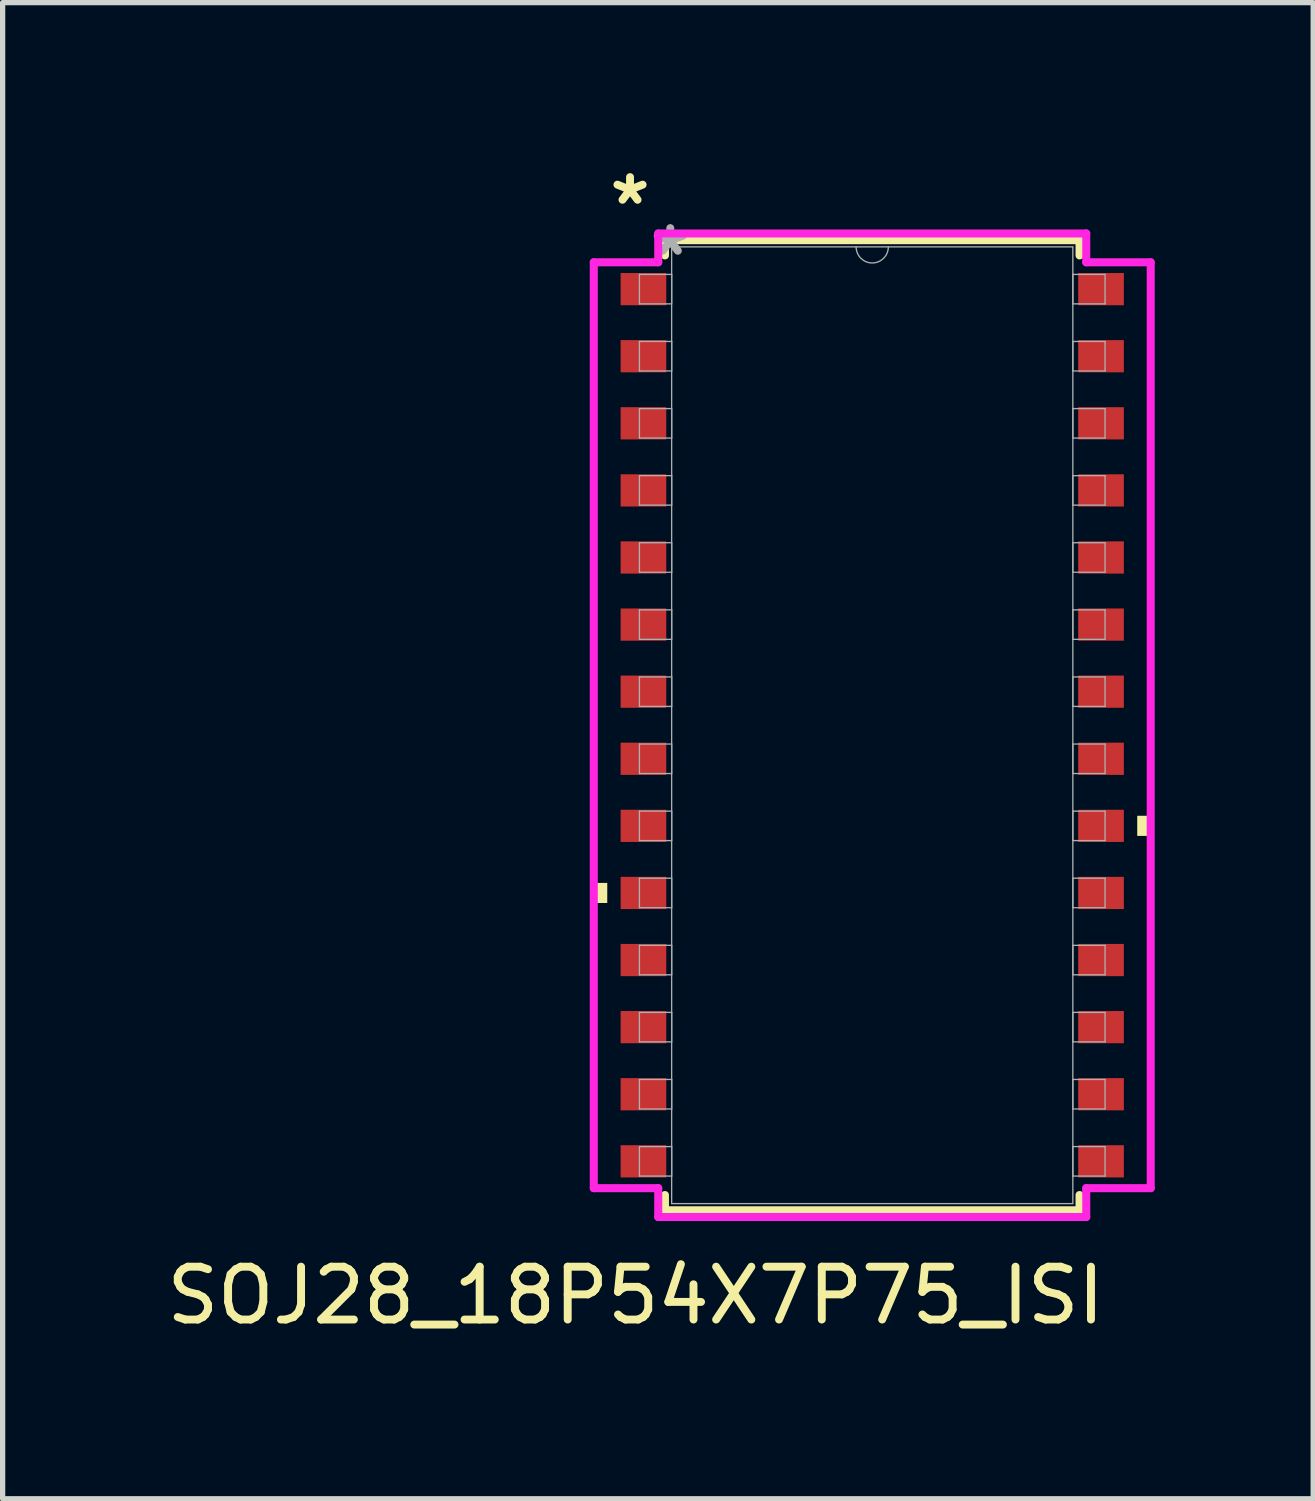
<source format=kicad_pcb>
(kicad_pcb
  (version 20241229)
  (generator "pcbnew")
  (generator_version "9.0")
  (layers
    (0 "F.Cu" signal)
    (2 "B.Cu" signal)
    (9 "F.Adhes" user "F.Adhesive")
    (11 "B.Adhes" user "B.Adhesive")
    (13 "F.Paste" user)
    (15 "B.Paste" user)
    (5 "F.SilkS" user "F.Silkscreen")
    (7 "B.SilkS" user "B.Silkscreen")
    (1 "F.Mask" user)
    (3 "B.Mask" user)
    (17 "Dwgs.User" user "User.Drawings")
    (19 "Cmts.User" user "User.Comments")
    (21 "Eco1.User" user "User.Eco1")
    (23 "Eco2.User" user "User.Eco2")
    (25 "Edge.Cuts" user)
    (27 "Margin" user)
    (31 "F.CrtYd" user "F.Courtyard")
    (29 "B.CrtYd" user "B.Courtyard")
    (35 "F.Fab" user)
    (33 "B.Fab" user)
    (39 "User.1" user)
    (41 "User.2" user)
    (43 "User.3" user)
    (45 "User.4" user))
  (footprint "SOJ28_18P54X7P75_ISI"
    (layer "F.Cu")
    (at 13.461 10.678)
    (property "Reference" "SOJ28_18P54X7P75_ISI" (at -4.479 10.795 0) (unlocked yes) (layer "F.SilkS") (effects (font (size 1 1) (thickness 0.15))))
    (attr smd)
    (fp_line (start -3.924 -9.182) (end -3.924 -8.893) (stroke (width 0.152) (type solid)) (layer "F.SilkS"))
    (fp_line (start -3.924 8.893) (end -3.924 9.182) (stroke (width 0.152) (type solid)) (layer "F.SilkS"))
    (fp_line (start -3.924 9.182) (end 3.924 9.182) (stroke (width 0.152) (type solid)) (layer "F.SilkS"))
    (fp_line (start 3.924 -9.182) (end -3.924 -9.182) (stroke (width 0.152) (type solid)) (layer "F.SilkS"))
    (fp_line (start 3.924 -8.893) (end 3.924 -9.182) (stroke (width 0.152) (type solid)) (layer "F.SilkS"))
    (fp_line (start 3.924 9.182) (end 3.924 8.893) (stroke (width 0.152) (type solid)) (layer "F.SilkS"))
    (fp_poly (pts (xy -5.271 2.985) (xy -5.271 3.365) (xy -5.016 3.365) (xy -5.016 2.985)) (stroke (width 0) (type solid)) (fill yes) (layer "F.SilkS"))
    (fp_poly (pts (xy 5.271 1.714) (xy 5.271 2.095) (xy 5.016 2.095) (xy 5.016 1.714)) (stroke (width 0) (type solid)) (fill yes) (layer "F.SilkS"))
    (fp_line (start -5.271 -8.763) (end -4.051 -8.763) (stroke (width 0.152) (type solid)) (layer "F.CrtYd"))
    (fp_line (start -5.271 8.763) (end -5.271 -8.763) (stroke (width 0.152) (type solid)) (layer "F.CrtYd"))
    (fp_line (start -5.271 8.763) (end -4.051 8.763) (stroke (width 0.152) (type solid)) (layer "F.CrtYd"))
    (fp_line (start -4.051 -9.309) (end 4.051 -9.309) (stroke (width 0.152) (type solid)) (layer "F.CrtYd"))
    (fp_line (start -4.051 -8.763) (end -4.051 -9.309) (stroke (width 0.152) (type solid)) (layer "F.CrtYd"))
    (fp_line (start -4.051 9.309) (end -4.051 8.763) (stroke (width 0.152) (type solid)) (layer "F.CrtYd"))
    (fp_line (start 4.051 -9.309) (end 4.051 -8.763) (stroke (width 0.152) (type solid)) (layer "F.CrtYd"))
    (fp_line (start 4.051 8.763) (end 4.051 9.309) (stroke (width 0.152) (type solid)) (layer "F.CrtYd"))
    (fp_line (start 4.051 9.309) (end -4.051 9.309) (stroke (width 0.152) (type solid)) (layer "F.CrtYd"))
    (fp_line (start 5.271 -8.763) (end 4.051 -8.763) (stroke (width 0.152) (type solid)) (layer "F.CrtYd"))
    (fp_line (start 5.271 -8.763) (end 5.271 8.763) (stroke (width 0.152) (type solid)) (layer "F.CrtYd"))
    (fp_line (start 5.271 8.763) (end 4.051 8.763) (stroke (width 0.152) (type solid)) (layer "F.CrtYd"))
    (fp_line (start -4.407 -8.534) (end -4.407 -7.976) (stroke (width 0.025) (type solid)) (layer "F.Fab"))
    (fp_line (start -4.407 -7.976) (end -3.797 -7.976) (stroke (width 0.025) (type solid)) (layer "F.Fab"))
    (fp_line (start -4.407 -7.264) (end -4.407 -6.706) (stroke (width 0.025) (type solid)) (layer "F.Fab"))
    (fp_line (start -4.407 -6.706) (end -3.797 -6.706) (stroke (width 0.025) (type solid)) (layer "F.Fab"))
    (fp_line (start -4.407 -5.994) (end -4.407 -5.436) (stroke (width 0.025) (type solid)) (layer "F.Fab"))
    (fp_line (start -4.407 -5.436) (end -3.797 -5.436) (stroke (width 0.025) (type solid)) (layer "F.Fab"))
    (fp_line (start -4.407 -4.724) (end -4.407 -4.166) (stroke (width 0.025) (type solid)) (layer "F.Fab"))
    (fp_line (start -4.407 -4.166) (end -3.797 -4.166) (stroke (width 0.025) (type solid)) (layer "F.Fab"))
    (fp_line (start -4.407 -3.454) (end -4.407 -2.896) (stroke (width 0.025) (type solid)) (layer "F.Fab"))
    (fp_line (start -4.407 -2.896) (end -3.797 -2.896) (stroke (width 0.025) (type solid)) (layer "F.Fab"))
    (fp_line (start -4.407 -2.184) (end -4.407 -1.626) (stroke (width 0.025) (type solid)) (layer "F.Fab"))
    (fp_line (start -4.407 -1.626) (end -3.797 -1.626) (stroke (width 0.025) (type solid)) (layer "F.Fab"))
    (fp_line (start -4.407 -0.914) (end -4.407 -0.356) (stroke (width 0.025) (type solid)) (layer "F.Fab"))
    (fp_line (start -4.407 -0.356) (end -3.797 -0.356) (stroke (width 0.025) (type solid)) (layer "F.Fab"))
    (fp_line (start -4.407 0.356) (end -4.407 0.914) (stroke (width 0.025) (type solid)) (layer "F.Fab"))
    (fp_line (start -4.407 0.914) (end -3.797 0.914) (stroke (width 0.025) (type solid)) (layer "F.Fab"))
    (fp_line (start -4.407 1.626) (end -4.407 2.184) (stroke (width 0.025) (type solid)) (layer "F.Fab"))
    (fp_line (start -4.407 2.184) (end -3.797 2.184) (stroke (width 0.025) (type solid)) (layer "F.Fab"))
    (fp_line (start -4.407 2.896) (end -4.407 3.454) (stroke (width 0.025) (type solid)) (layer "F.Fab"))
    (fp_line (start -4.407 3.454) (end -3.797 3.454) (stroke (width 0.025) (type solid)) (layer "F.Fab"))
    (fp_line (start -4.407 4.166) (end -4.407 4.724) (stroke (width 0.025) (type solid)) (layer "F.Fab"))
    (fp_line (start -4.407 4.724) (end -3.797 4.724) (stroke (width 0.025) (type solid)) (layer "F.Fab"))
    (fp_line (start -4.407 5.436) (end -4.407 5.994) (stroke (width 0.025) (type solid)) (layer "F.Fab"))
    (fp_line (start -4.407 5.994) (end -3.797 5.994) (stroke (width 0.025) (type solid)) (layer "F.Fab"))
    (fp_line (start -4.407 6.706) (end -4.407 7.264) (stroke (width 0.025) (type solid)) (layer "F.Fab"))
    (fp_line (start -4.407 7.264) (end -3.797 7.264) (stroke (width 0.025) (type solid)) (layer "F.Fab"))
    (fp_line (start -4.407 7.976) (end -4.407 8.534) (stroke (width 0.025) (type solid)) (layer "F.Fab"))
    (fp_line (start -4.407 8.534) (end -3.797 8.534) (stroke (width 0.025) (type solid)) (layer "F.Fab"))
    (fp_line (start -3.797 -9.055) (end -3.797 9.055) (stroke (width 0.025) (type solid)) (layer "F.Fab"))
    (fp_line (start -3.797 -8.534) (end -4.407 -8.534) (stroke (width 0.025) (type solid)) (layer "F.Fab"))
    (fp_line (start -3.797 -7.976) (end -3.797 -8.534) (stroke (width 0.025) (type solid)) (layer "F.Fab"))
    (fp_line (start -3.797 -7.264) (end -4.407 -7.264) (stroke (width 0.025) (type solid)) (layer "F.Fab"))
    (fp_line (start -3.797 -6.706) (end -3.797 -7.264) (stroke (width 0.025) (type solid)) (layer "F.Fab"))
    (fp_line (start -3.797 -5.994) (end -4.407 -5.994) (stroke (width 0.025) (type solid)) (layer "F.Fab"))
    (fp_line (start -3.797 -5.436) (end -3.797 -5.994) (stroke (width 0.025) (type solid)) (layer "F.Fab"))
    (fp_line (start -3.797 -4.724) (end -4.407 -4.724) (stroke (width 0.025) (type solid)) (layer "F.Fab"))
    (fp_line (start -3.797 -4.166) (end -3.797 -4.724) (stroke (width 0.025) (type solid)) (layer "F.Fab"))
    (fp_line (start -3.797 -3.454) (end -4.407 -3.454) (stroke (width 0.025) (type solid)) (layer "F.Fab"))
    (fp_line (start -3.797 -2.896) (end -3.797 -3.454) (stroke (width 0.025) (type solid)) (layer "F.Fab"))
    (fp_line (start -3.797 -2.184) (end -4.407 -2.184) (stroke (width 0.025) (type solid)) (layer "F.Fab"))
    (fp_line (start -3.797 -1.626) (end -3.797 -2.184) (stroke (width 0.025) (type solid)) (layer "F.Fab"))
    (fp_line (start -3.797 -0.914) (end -4.407 -0.914) (stroke (width 0.025) (type solid)) (layer "F.Fab"))
    (fp_line (start -3.797 -0.356) (end -3.797 -0.914) (stroke (width 0.025) (type solid)) (layer "F.Fab"))
    (fp_line (start -3.797 0.356) (end -4.407 0.356) (stroke (width 0.025) (type solid)) (layer "F.Fab"))
    (fp_line (start -3.797 0.914) (end -3.797 0.356) (stroke (width 0.025) (type solid)) (layer "F.Fab"))
    (fp_line (start -3.797 1.626) (end -4.407 1.626) (stroke (width 0.025) (type solid)) (layer "F.Fab"))
    (fp_line (start -3.797 2.184) (end -3.797 1.626) (stroke (width 0.025) (type solid)) (layer "F.Fab"))
    (fp_line (start -3.797 2.896) (end -4.407 2.896) (stroke (width 0.025) (type solid)) (layer "F.Fab"))
    (fp_line (start -3.797 3.454) (end -3.797 2.896) (stroke (width 0.025) (type solid)) (layer "F.Fab"))
    (fp_line (start -3.797 4.166) (end -4.407 4.166) (stroke (width 0.025) (type solid)) (layer "F.Fab"))
    (fp_line (start -3.797 4.724) (end -3.797 4.166) (stroke (width 0.025) (type solid)) (layer "F.Fab"))
    (fp_line (start -3.797 5.436) (end -4.407 5.436) (stroke (width 0.025) (type solid)) (layer "F.Fab"))
    (fp_line (start -3.797 5.994) (end -3.797 5.436) (stroke (width 0.025) (type solid)) (layer "F.Fab"))
    (fp_line (start -3.797 6.706) (end -4.407 6.706) (stroke (width 0.025) (type solid)) (layer "F.Fab"))
    (fp_line (start -3.797 7.264) (end -3.797 6.706) (stroke (width 0.025) (type solid)) (layer "F.Fab"))
    (fp_line (start -3.797 7.976) (end -4.407 7.976) (stroke (width 0.025) (type solid)) (layer "F.Fab"))
    (fp_line (start -3.797 8.534) (end -3.797 7.976) (stroke (width 0.025) (type solid)) (layer "F.Fab"))
    (fp_line (start -3.797 9.055) (end 3.797 9.055) (stroke (width 0.025) (type solid)) (layer "F.Fab"))
    (fp_line (start 3.797 -9.055) (end -3.797 -9.055) (stroke (width 0.025) (type solid)) (layer "F.Fab"))
    (fp_line (start 3.797 -8.534) (end 3.797 -7.976) (stroke (width 0.025) (type solid)) (layer "F.Fab"))
    (fp_line (start 3.797 -7.976) (end 4.407 -7.976) (stroke (width 0.025) (type solid)) (layer "F.Fab"))
    (fp_line (start 3.797 -7.264) (end 3.797 -6.706) (stroke (width 0.025) (type solid)) (layer "F.Fab"))
    (fp_line (start 3.797 -6.706) (end 4.407 -6.706) (stroke (width 0.025) (type solid)) (layer "F.Fab"))
    (fp_line (start 3.797 -5.994) (end 3.797 -5.436) (stroke (width 0.025) (type solid)) (layer "F.Fab"))
    (fp_line (start 3.797 -5.436) (end 4.407 -5.436) (stroke (width 0.025) (type solid)) (layer "F.Fab"))
    (fp_line (start 3.797 -4.724) (end 3.797 -4.166) (stroke (width 0.025) (type solid)) (layer "F.Fab"))
    (fp_line (start 3.797 -4.166) (end 4.407 -4.166) (stroke (width 0.025) (type solid)) (layer "F.Fab"))
    (fp_line (start 3.797 -3.454) (end 3.797 -2.896) (stroke (width 0.025) (type solid)) (layer "F.Fab"))
    (fp_line (start 3.797 -2.896) (end 4.407 -2.896) (stroke (width 0.025) (type solid)) (layer "F.Fab"))
    (fp_line (start 3.797 -2.184) (end 3.797 -1.626) (stroke (width 0.025) (type solid)) (layer "F.Fab"))
    (fp_line (start 3.797 -1.626) (end 4.407 -1.626) (stroke (width 0.025) (type solid)) (layer "F.Fab"))
    (fp_line (start 3.797 -0.914) (end 3.797 -0.356) (stroke (width 0.025) (type solid)) (layer "F.Fab"))
    (fp_line (start 3.797 -0.356) (end 4.407 -0.356) (stroke (width 0.025) (type solid)) (layer "F.Fab"))
    (fp_line (start 3.797 0.356) (end 3.797 0.914) (stroke (width 0.025) (type solid)) (layer "F.Fab"))
    (fp_line (start 3.797 0.914) (end 4.407 0.914) (stroke (width 0.025) (type solid)) (layer "F.Fab"))
    (fp_line (start 3.797 1.626) (end 3.797 2.184) (stroke (width 0.025) (type solid)) (layer "F.Fab"))
    (fp_line (start 3.797 2.184) (end 4.407 2.184) (stroke (width 0.025) (type solid)) (layer "F.Fab"))
    (fp_line (start 3.797 2.896) (end 3.797 3.454) (stroke (width 0.025) (type solid)) (layer "F.Fab"))
    (fp_line (start 3.797 3.454) (end 4.407 3.454) (stroke (width 0.025) (type solid)) (layer "F.Fab"))
    (fp_line (start 3.797 4.166) (end 3.797 4.724) (stroke (width 0.025) (type solid)) (layer "F.Fab"))
    (fp_line (start 3.797 4.724) (end 4.407 4.724) (stroke (width 0.025) (type solid)) (layer "F.Fab"))
    (fp_line (start 3.797 5.436) (end 3.797 5.994) (stroke (width 0.025) (type solid)) (layer "F.Fab"))
    (fp_line (start 3.797 5.994) (end 4.407 5.994) (stroke (width 0.025) (type solid)) (layer "F.Fab"))
    (fp_line (start 3.797 6.706) (end 3.797 7.264) (stroke (width 0.025) (type solid)) (layer "F.Fab"))
    (fp_line (start 3.797 7.264) (end 4.407 7.264) (stroke (width 0.025) (type solid)) (layer "F.Fab"))
    (fp_line (start 3.797 7.976) (end 3.797 8.534) (stroke (width 0.025) (type solid)) (layer "F.Fab"))
    (fp_line (start 3.797 8.534) (end 4.407 8.534) (stroke (width 0.025) (type solid)) (layer "F.Fab"))
    (fp_line (start 3.797 9.055) (end 3.797 -9.055) (stroke (width 0.025) (type solid)) (layer "F.Fab"))
    (fp_line (start 4.407 -8.534) (end 3.797 -8.534) (stroke (width 0.025) (type solid)) (layer "F.Fab"))
    (fp_line (start 4.407 -7.976) (end 4.407 -8.534) (stroke (width 0.025) (type solid)) (layer "F.Fab"))
    (fp_line (start 4.407 -7.264) (end 3.797 -7.264) (stroke (width 0.025) (type solid)) (layer "F.Fab"))
    (fp_line (start 4.407 -6.706) (end 4.407 -7.264) (stroke (width 0.025) (type solid)) (layer "F.Fab"))
    (fp_line (start 4.407 -5.994) (end 3.797 -5.994) (stroke (width 0.025) (type solid)) (layer "F.Fab"))
    (fp_line (start 4.407 -5.436) (end 4.407 -5.994) (stroke (width 0.025) (type solid)) (layer "F.Fab"))
    (fp_line (start 4.407 -4.724) (end 3.797 -4.724) (stroke (width 0.025) (type solid)) (layer "F.Fab"))
    (fp_line (start 4.407 -4.166) (end 4.407 -4.724) (stroke (width 0.025) (type solid)) (layer "F.Fab"))
    (fp_line (start 4.407 -3.454) (end 3.797 -3.454) (stroke (width 0.025) (type solid)) (layer "F.Fab"))
    (fp_line (start 4.407 -2.896) (end 4.407 -3.454) (stroke (width 0.025) (type solid)) (layer "F.Fab"))
    (fp_line (start 4.407 -2.184) (end 3.797 -2.184) (stroke (width 0.025) (type solid)) (layer "F.Fab"))
    (fp_line (start 4.407 -1.626) (end 4.407 -2.184) (stroke (width 0.025) (type solid)) (layer "F.Fab"))
    (fp_line (start 4.407 -0.914) (end 3.797 -0.914) (stroke (width 0.025) (type solid)) (layer "F.Fab"))
    (fp_line (start 4.407 -0.356) (end 4.407 -0.914) (stroke (width 0.025) (type solid)) (layer "F.Fab"))
    (fp_line (start 4.407 0.356) (end 3.797 0.356) (stroke (width 0.025) (type solid)) (layer "F.Fab"))
    (fp_line (start 4.407 0.914) (end 4.407 0.356) (stroke (width 0.025) (type solid)) (layer "F.Fab"))
    (fp_line (start 4.407 1.626) (end 3.797 1.626) (stroke (width 0.025) (type solid)) (layer "F.Fab"))
    (fp_line (start 4.407 2.184) (end 4.407 1.626) (stroke (width 0.025) (type solid)) (layer "F.Fab"))
    (fp_line (start 4.407 2.896) (end 3.797 2.896) (stroke (width 0.025) (type solid)) (layer "F.Fab"))
    (fp_line (start 4.407 3.454) (end 4.407 2.896) (stroke (width 0.025) (type solid)) (layer "F.Fab"))
    (fp_line (start 4.407 4.166) (end 3.797 4.166) (stroke (width 0.025) (type solid)) (layer "F.Fab"))
    (fp_line (start 4.407 4.724) (end 4.407 4.166) (stroke (width 0.025) (type solid)) (layer "F.Fab"))
    (fp_line (start 4.407 5.436) (end 3.797 5.436) (stroke (width 0.025) (type solid)) (layer "F.Fab"))
    (fp_line (start 4.407 5.994) (end 4.407 5.436) (stroke (width 0.025) (type solid)) (layer "F.Fab"))
    (fp_line (start 4.407 6.706) (end 3.797 6.706) (stroke (width 0.025) (type solid)) (layer "F.Fab"))
    (fp_line (start 4.407 7.264) (end 4.407 6.706) (stroke (width 0.025) (type solid)) (layer "F.Fab"))
    (fp_line (start 4.407 7.976) (end 3.797 7.976) (stroke (width 0.025) (type solid)) (layer "F.Fab"))
    (fp_line (start 4.407 8.534) (end 4.407 7.976) (stroke (width 0.025) (type solid)) (layer "F.Fab"))
    (fp_arc (start 0.3048 -9.0551) (mid 0 -8.7503) (end -0.3048 -9.0551) (stroke (width 0.0254) (type solid)) (layer "F.Fab"))
    (fp_text user "*" (at -4.585 -9.83 0) (layer "F.SilkS") (effects (font (size 1 1) (thickness 0.15))))
    (fp_text user "*" (at -3.823 -8.865 0) (layer "F.Fab") (effects (font (size 1 1) (thickness 0.15))))
    (pad "1" smd rect (at -4.331 -8.255) (size 0.864 0.61) (layers "F.Cu" "F.Mask" "F.Paste"))
    (pad "2" smd rect (at -4.331 -6.985) (size 0.864 0.61) (layers "F.Cu" "F.Mask" "F.Paste"))
    (pad "3" smd rect (at -4.331 -5.715) (size 0.864 0.61) (layers "F.Cu" "F.Mask" "F.Paste"))
    (pad "4" smd rect (at -4.331 -4.445) (size 0.864 0.61) (layers "F.Cu" "F.Mask" "F.Paste"))
    (pad "5" smd rect (at -4.331 -3.175) (size 0.864 0.61) (layers "F.Cu" "F.Mask" "F.Paste"))
    (pad "6" smd rect (at -4.331 -1.905) (size 0.864 0.61) (layers "F.Cu" "F.Mask" "F.Paste"))
    (pad "7" smd rect (at -4.331 -0.635) (size 0.864 0.61) (layers "F.Cu" "F.Mask" "F.Paste"))
    (pad "8" smd rect (at -4.331 0.635) (size 0.864 0.61) (layers "F.Cu" "F.Mask" "F.Paste"))
    (pad "9" smd rect (at -4.331 1.905) (size 0.864 0.61) (layers "F.Cu" "F.Mask" "F.Paste"))
    (pad "10" smd rect (at -4.331 3.175) (size 0.864 0.61) (layers "F.Cu" "F.Mask" "F.Paste"))
    (pad "11" smd rect (at -4.331 4.445) (size 0.864 0.61) (layers "F.Cu" "F.Mask" "F.Paste"))
    (pad "12" smd rect (at -4.331 5.715) (size 0.864 0.61) (layers "F.Cu" "F.Mask" "F.Paste"))
    (pad "13" smd rect (at -4.331 6.985) (size 0.864 0.61) (layers "F.Cu" "F.Mask" "F.Paste"))
    (pad "14" smd rect (at -4.331 8.255) (size 0.864 0.61) (layers "F.Cu" "F.Mask" "F.Paste"))
    (pad "15" smd rect (at 4.331 8.255) (size 0.864 0.61) (layers "F.Cu" "F.Mask" "F.Paste"))
    (pad "16" smd rect (at 4.331 6.985) (size 0.864 0.61) (layers "F.Cu" "F.Mask" "F.Paste"))
    (pad "17" smd rect (at 4.331 5.715) (size 0.864 0.61) (layers "F.Cu" "F.Mask" "F.Paste"))
    (pad "18" smd rect (at 4.331 4.445) (size 0.864 0.61) (layers "F.Cu" "F.Mask" "F.Paste"))
    (pad "19" smd rect (at 4.331 3.175) (size 0.864 0.61) (layers "F.Cu" "F.Mask" "F.Paste"))
    (pad "20" smd rect (at 4.331 1.905) (size 0.864 0.61) (layers "F.Cu" "F.Mask" "F.Paste"))
    (pad "21" smd rect (at 4.331 0.635) (size 0.864 0.61) (layers "F.Cu" "F.Mask" "F.Paste"))
    (pad "22" smd rect (at 4.331 -0.635) (size 0.864 0.61) (layers "F.Cu" "F.Mask" "F.Paste"))
    (pad "23" smd rect (at 4.331 -1.905) (size 0.864 0.61) (layers "F.Cu" "F.Mask" "F.Paste"))
    (pad "24" smd rect (at 4.331 -3.175) (size 0.864 0.61) (layers "F.Cu" "F.Mask" "F.Paste"))
    (pad "25" smd rect (at 4.331 -4.445) (size 0.864 0.61) (layers "F.Cu" "F.Mask" "F.Paste"))
    (pad "26" smd rect (at 4.331 -5.715) (size 0.864 0.61) (layers "F.Cu" "F.Mask" "F.Paste"))
    (pad "27" smd rect (at 4.331 -6.985) (size 0.864 0.61) (layers "F.Cu" "F.Mask" "F.Paste"))
    (pad "28" smd rect (at 4.331 -8.255) (size 0.864 0.61) (layers "F.Cu" "F.Mask" "F.Paste")))
  (gr_rect
    (start -3 -3)
    (end 21.808 25.321)
    (stroke (width 0.1) (type default))
    (fill no)
    (layer "Edge.Cuts")))
</source>
